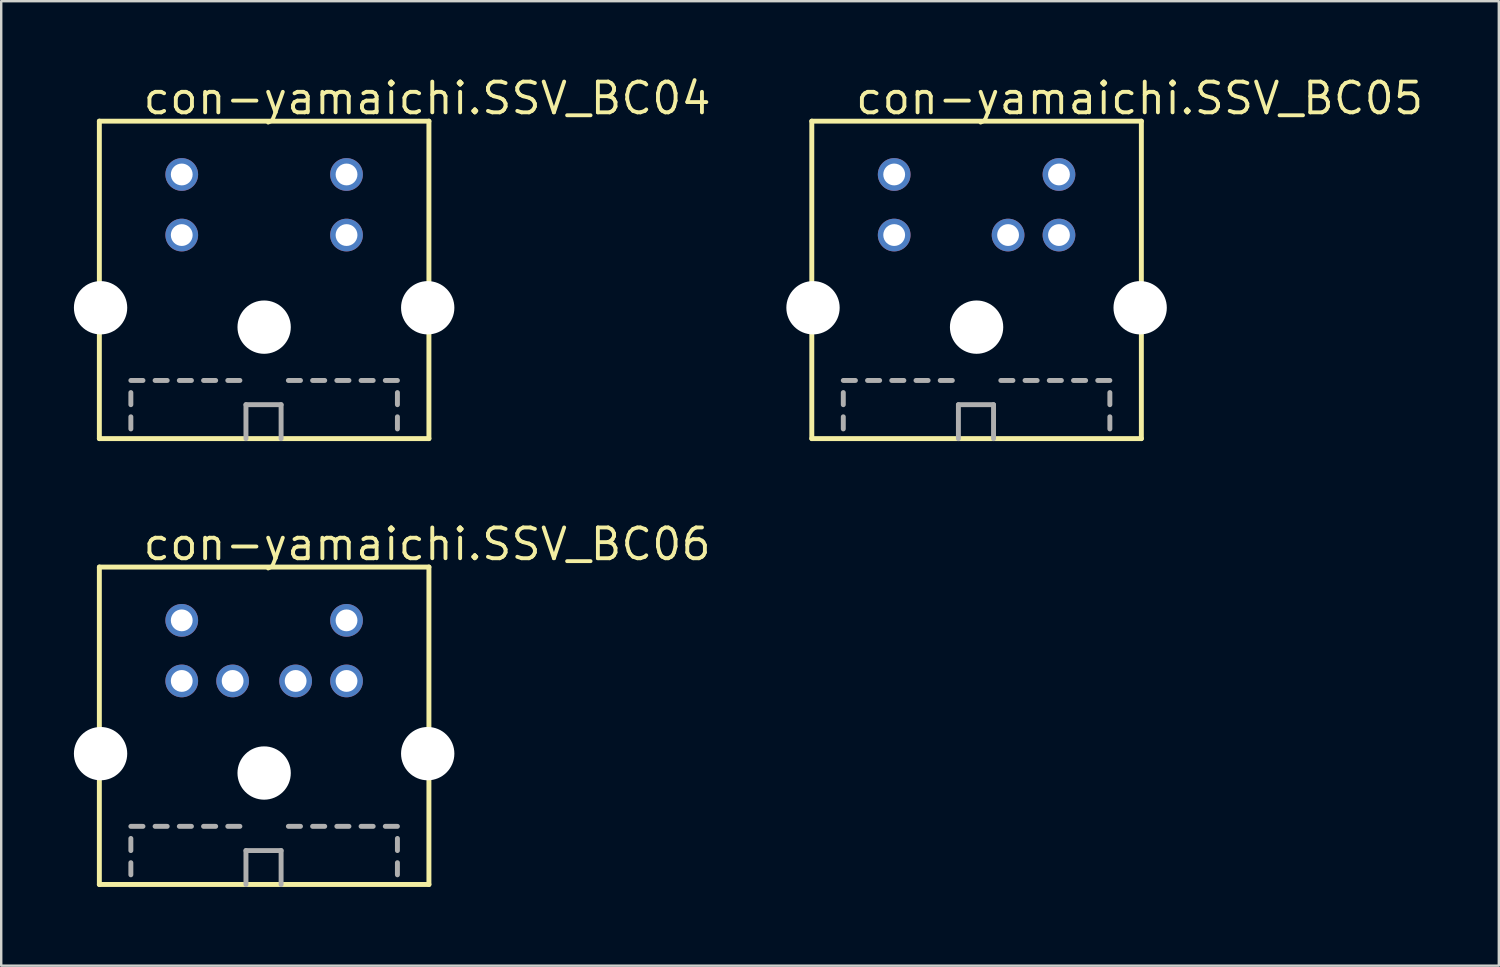
<source format=kicad_pcb>
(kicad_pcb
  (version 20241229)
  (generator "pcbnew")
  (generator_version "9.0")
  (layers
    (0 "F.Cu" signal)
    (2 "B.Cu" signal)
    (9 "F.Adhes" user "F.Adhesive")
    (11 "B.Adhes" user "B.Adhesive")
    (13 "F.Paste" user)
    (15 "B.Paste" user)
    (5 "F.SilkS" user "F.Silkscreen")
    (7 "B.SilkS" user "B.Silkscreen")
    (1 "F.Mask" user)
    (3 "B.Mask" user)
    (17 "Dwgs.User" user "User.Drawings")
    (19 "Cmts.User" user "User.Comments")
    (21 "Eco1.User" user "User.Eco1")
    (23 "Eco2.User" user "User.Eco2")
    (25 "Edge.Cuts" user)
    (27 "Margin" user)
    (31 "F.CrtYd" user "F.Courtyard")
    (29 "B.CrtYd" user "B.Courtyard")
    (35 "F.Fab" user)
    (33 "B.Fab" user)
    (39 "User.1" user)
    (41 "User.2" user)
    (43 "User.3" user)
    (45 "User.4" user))
  (footprint "con-yamaichi.SSV_BC04"
    (layer "F.Cu")
    (at 7.85 15.15)
    (property "Reference" "con-yamaichi.SSV_BC04" (at -5.08 -13.4 0) (layer "F.SilkS") (effects (font (size 1.27 1.27) (thickness 0.16)) (justify left bottom)))
    (attr through_hole)
    (fp_line (start -6.8 -13.2) (end -6.8 -0.1) (stroke (width 0.203) (type default)) (layer "F.SilkS"))
    (fp_line (start -6.8 -0.1) (end 6.8 -0.1) (stroke (width 0.203) (type default)) (layer "F.SilkS"))
    (fp_line (start 6.8 -13.2) (end -6.8 -13.2) (stroke (width 0.203) (type default)) (layer "F.SilkS"))
    (fp_line (start 6.8 -0.1) (end 6.8 -13.2) (stroke (width 0.203) (type default)) (layer "F.SilkS"))
    (fp_line (start -5.5 -2.5) (end -5 -2.5) (stroke (width 0.203) (type default)) (layer "F.Fab"))
    (fp_line (start -5.5 -1.5) (end -5.5 -2) (stroke (width 0.203) (type default)) (layer "F.Fab"))
    (fp_line (start -5.5 -0.5) (end -5.5 -1) (stroke (width 0.203) (type default)) (layer "F.Fab"))
    (fp_line (start -4.5 -2.5) (end -4 -2.5) (stroke (width 0.203) (type default)) (layer "F.Fab"))
    (fp_line (start -3.5 -2.5) (end -3 -2.5) (stroke (width 0.203) (type default)) (layer "F.Fab"))
    (fp_line (start -2.5 -2.5) (end -2 -2.5) (stroke (width 0.203) (type default)) (layer "F.Fab"))
    (fp_line (start -1.5 -2.5) (end -1 -2.5) (stroke (width 0.203) (type default)) (layer "F.Fab"))
    (fp_line (start -0.75 -1.5) (end 0.7 -1.5) (stroke (width 0.203) (type default)) (layer "F.Fab"))
    (fp_line (start -0.75 -0.1) (end -0.75 -1.5) (stroke (width 0.203) (type default)) (layer "F.Fab"))
    (fp_line (start 0.7 -1.5) (end 0.7 -0.1) (stroke (width 0.203) (type default)) (layer "F.Fab"))
    (fp_line (start 1 -2.5) (end 1.5 -2.5) (stroke (width 0.203) (type default)) (layer "F.Fab"))
    (fp_line (start 2 -2.5) (end 2.5 -2.5) (stroke (width 0.203) (type default)) (layer "F.Fab"))
    (fp_line (start 3 -2.5) (end 3.5 -2.5) (stroke (width 0.203) (type default)) (layer "F.Fab"))
    (fp_line (start 4 -2.5) (end 4.5 -2.5) (stroke (width 0.203) (type default)) (layer "F.Fab"))
    (fp_line (start 5 -2.5) (end 5.5 -2.5) (stroke (width 0.203) (type default)) (layer "F.Fab"))
    (fp_line (start 5.5 -1.5) (end 5.5 -2) (stroke (width 0.203) (type default)) (layer "F.Fab"))
    (fp_line (start 5.5 -0.5) (end 5.5 -1) (stroke (width 0.203) (type default)) (layer "F.Fab"))
    (pad "" np_thru_hole circle (at -6.75 -5.5) (size 2.2 2.2) (drill 2.2) (layers "*.Cu" "*.Mask"))
    (pad "" np_thru_hole circle (at 0 -4.7) (size 2.2 2.2) (drill 2.2) (layers "*.Cu" "*.Mask"))
    (pad "" np_thru_hole circle (at 6.75 -5.5) (size 2.2 2.2) (drill 2.2) (layers "*.Cu" "*.Mask"))
    (pad "1" thru_hole circle (at 3.4 -8.5) (size 1.35 1.35) (drill 0.9) (layers "*.Cu" "*.Mask"))
    (pad "2" thru_hole circle (at -3.4 -8.5) (size 1.35 1.35) (drill 0.9) (layers "*.Cu" "*.Mask"))
    (pad "3" thru_hole circle (at 3.4 -11) (size 1.35 1.35) (drill 0.9) (layers "*.Cu" "*.Mask"))
    (pad "4" thru_hole circle (at -3.4 -11) (size 1.35 1.35) (drill 0.9) (layers "*.Cu" "*.Mask")))
  (footprint "con-yamaichi.SSV_BC06"
    (layer "F.Cu")
    (at 7.85 33.55)
    (property "Reference" "con-yamaichi.SSV_BC06" (at -5.08 -13.4 0) (layer "F.SilkS") (effects (font (size 1.27 1.27) (thickness 0.16)) (justify left bottom)))
    (attr through_hole)
    (fp_line (start -6.8 -13.2) (end -6.8 -0.1) (stroke (width 0.203) (type default)) (layer "F.SilkS"))
    (fp_line (start -6.8 -0.1) (end 6.8 -0.1) (stroke (width 0.203) (type default)) (layer "F.SilkS"))
    (fp_line (start 6.8 -13.2) (end -6.8 -13.2) (stroke (width 0.203) (type default)) (layer "F.SilkS"))
    (fp_line (start 6.8 -0.1) (end 6.8 -13.2) (stroke (width 0.203) (type default)) (layer "F.SilkS"))
    (fp_line (start -5.5 -2.5) (end -5 -2.5) (stroke (width 0.203) (type default)) (layer "F.Fab"))
    (fp_line (start -5.5 -1.5) (end -5.5 -2) (stroke (width 0.203) (type default)) (layer "F.Fab"))
    (fp_line (start -5.5 -0.5) (end -5.5 -1) (stroke (width 0.203) (type default)) (layer "F.Fab"))
    (fp_line (start -4.5 -2.5) (end -4 -2.5) (stroke (width 0.203) (type default)) (layer "F.Fab"))
    (fp_line (start -3.5 -2.5) (end -3 -2.5) (stroke (width 0.203) (type default)) (layer "F.Fab"))
    (fp_line (start -2.5 -2.5) (end -2 -2.5) (stroke (width 0.203) (type default)) (layer "F.Fab"))
    (fp_line (start -1.5 -2.5) (end -1 -2.5) (stroke (width 0.203) (type default)) (layer "F.Fab"))
    (fp_line (start -0.75 -1.5) (end 0.7 -1.5) (stroke (width 0.203) (type default)) (layer "F.Fab"))
    (fp_line (start -0.75 -0.1) (end -0.75 -1.5) (stroke (width 0.203) (type default)) (layer "F.Fab"))
    (fp_line (start 0.7 -1.5) (end 0.7 -0.1) (stroke (width 0.203) (type default)) (layer "F.Fab"))
    (fp_line (start 1 -2.5) (end 1.5 -2.5) (stroke (width 0.203) (type default)) (layer "F.Fab"))
    (fp_line (start 2 -2.5) (end 2.5 -2.5) (stroke (width 0.203) (type default)) (layer "F.Fab"))
    (fp_line (start 3 -2.5) (end 3.5 -2.5) (stroke (width 0.203) (type default)) (layer "F.Fab"))
    (fp_line (start 4 -2.5) (end 4.5 -2.5) (stroke (width 0.203) (type default)) (layer "F.Fab"))
    (fp_line (start 5 -2.5) (end 5.5 -2.5) (stroke (width 0.203) (type default)) (layer "F.Fab"))
    (fp_line (start 5.5 -1.5) (end 5.5 -2) (stroke (width 0.203) (type default)) (layer "F.Fab"))
    (fp_line (start 5.5 -0.5) (end 5.5 -1) (stroke (width 0.203) (type default)) (layer "F.Fab"))
    (pad "" np_thru_hole circle (at -6.75 -5.5) (size 2.2 2.2) (drill 2.2) (layers "*.Cu" "*.Mask"))
    (pad "" np_thru_hole circle (at 0 -4.7) (size 2.2 2.2) (drill 2.2) (layers "*.Cu" "*.Mask"))
    (pad "" np_thru_hole circle (at 6.75 -5.5) (size 2.2 2.2) (drill 2.2) (layers "*.Cu" "*.Mask"))
    (pad "1" thru_hole circle (at 1.3 -8.5) (size 1.35 1.35) (drill 0.9) (layers "*.Cu" "*.Mask"))
    (pad "2" thru_hole circle (at -1.3 -8.5) (size 1.35 1.35) (drill 0.9) (layers "*.Cu" "*.Mask"))
    (pad "3" thru_hole circle (at 3.4 -8.5) (size 1.35 1.35) (drill 0.9) (layers "*.Cu" "*.Mask"))
    (pad "4" thru_hole circle (at -3.4 -8.5) (size 1.35 1.35) (drill 0.9) (layers "*.Cu" "*.Mask"))
    (pad "5" thru_hole circle (at 3.4 -11) (size 1.35 1.35) (drill 0.9) (layers "*.Cu" "*.Mask"))
    (pad "6" thru_hole circle (at -3.4 -11) (size 1.35 1.35) (drill 0.9) (layers "*.Cu" "*.Mask")))
  (footprint "con-yamaichi.SSV_BC05"
    (layer "F.Cu")
    (at 37.25 15.15)
    (property "Reference" "con-yamaichi.SSV_BC05" (at -5.08 -13.4 0) (layer "F.SilkS") (effects (font (size 1.27 1.27) (thickness 0.16)) (justify left bottom)))
    (attr through_hole)
    (fp_line (start -6.8 -13.2) (end -6.8 -0.1) (stroke (width 0.203) (type default)) (layer "F.SilkS"))
    (fp_line (start -6.8 -0.1) (end 6.8 -0.1) (stroke (width 0.203) (type default)) (layer "F.SilkS"))
    (fp_line (start 6.8 -13.2) (end -6.8 -13.2) (stroke (width 0.203) (type default)) (layer "F.SilkS"))
    (fp_line (start 6.8 -0.1) (end 6.8 -13.2) (stroke (width 0.203) (type default)) (layer "F.SilkS"))
    (fp_line (start -5.5 -2.5) (end -5 -2.5) (stroke (width 0.203) (type default)) (layer "F.Fab"))
    (fp_line (start -5.5 -1.5) (end -5.5 -2) (stroke (width 0.203) (type default)) (layer "F.Fab"))
    (fp_line (start -5.5 -0.5) (end -5.5 -1) (stroke (width 0.203) (type default)) (layer "F.Fab"))
    (fp_line (start -4.5 -2.5) (end -4 -2.5) (stroke (width 0.203) (type default)) (layer "F.Fab"))
    (fp_line (start -3.5 -2.5) (end -3 -2.5) (stroke (width 0.203) (type default)) (layer "F.Fab"))
    (fp_line (start -2.5 -2.5) (end -2 -2.5) (stroke (width 0.203) (type default)) (layer "F.Fab"))
    (fp_line (start -1.5 -2.5) (end -1 -2.5) (stroke (width 0.203) (type default)) (layer "F.Fab"))
    (fp_line (start -0.75 -1.5) (end 0.7 -1.5) (stroke (width 0.203) (type default)) (layer "F.Fab"))
    (fp_line (start -0.75 -0.1) (end -0.75 -1.5) (stroke (width 0.203) (type default)) (layer "F.Fab"))
    (fp_line (start 0.7 -1.5) (end 0.7 -0.1) (stroke (width 0.203) (type default)) (layer "F.Fab"))
    (fp_line (start 1 -2.5) (end 1.5 -2.5) (stroke (width 0.203) (type default)) (layer "F.Fab"))
    (fp_line (start 2 -2.5) (end 2.5 -2.5) (stroke (width 0.203) (type default)) (layer "F.Fab"))
    (fp_line (start 3 -2.5) (end 3.5 -2.5) (stroke (width 0.203) (type default)) (layer "F.Fab"))
    (fp_line (start 4 -2.5) (end 4.5 -2.5) (stroke (width 0.203) (type default)) (layer "F.Fab"))
    (fp_line (start 5 -2.5) (end 5.5 -2.5) (stroke (width 0.203) (type default)) (layer "F.Fab"))
    (fp_line (start 5.5 -1.5) (end 5.5 -2) (stroke (width 0.203) (type default)) (layer "F.Fab"))
    (fp_line (start 5.5 -0.5) (end 5.5 -1) (stroke (width 0.203) (type default)) (layer "F.Fab"))
    (pad "" np_thru_hole circle (at -6.75 -5.5) (size 2.2 2.2) (drill 2.2) (layers "*.Cu" "*.Mask"))
    (pad "" np_thru_hole circle (at 0 -4.7) (size 2.2 2.2) (drill 2.2) (layers "*.Cu" "*.Mask"))
    (pad "" np_thru_hole circle (at 6.75 -5.5) (size 2.2 2.2) (drill 2.2) (layers "*.Cu" "*.Mask"))
    (pad "1" thru_hole circle (at 1.3 -8.5) (size 1.35 1.35) (drill 0.9) (layers "*.Cu" "*.Mask"))
    (pad "2" thru_hole circle (at 3.4 -8.5) (size 1.35 1.35) (drill 0.9) (layers "*.Cu" "*.Mask"))
    (pad "3" thru_hole circle (at -3.4 -8.5) (size 1.35 1.35) (drill 0.9) (layers "*.Cu" "*.Mask"))
    (pad "4" thru_hole circle (at 3.4 -11) (size 1.35 1.35) (drill 0.9) (layers "*.Cu" "*.Mask"))
    (pad "5" thru_hole circle (at -3.4 -11) (size 1.35 1.35) (drill 0.9) (layers "*.Cu" "*.Mask")))
  (gr_rect
    (start -3 -3)
    (end 58.801 36.8)
    (stroke (width 0.1) (type default))
    (fill no)
    (layer "Edge.Cuts")))
</source>
